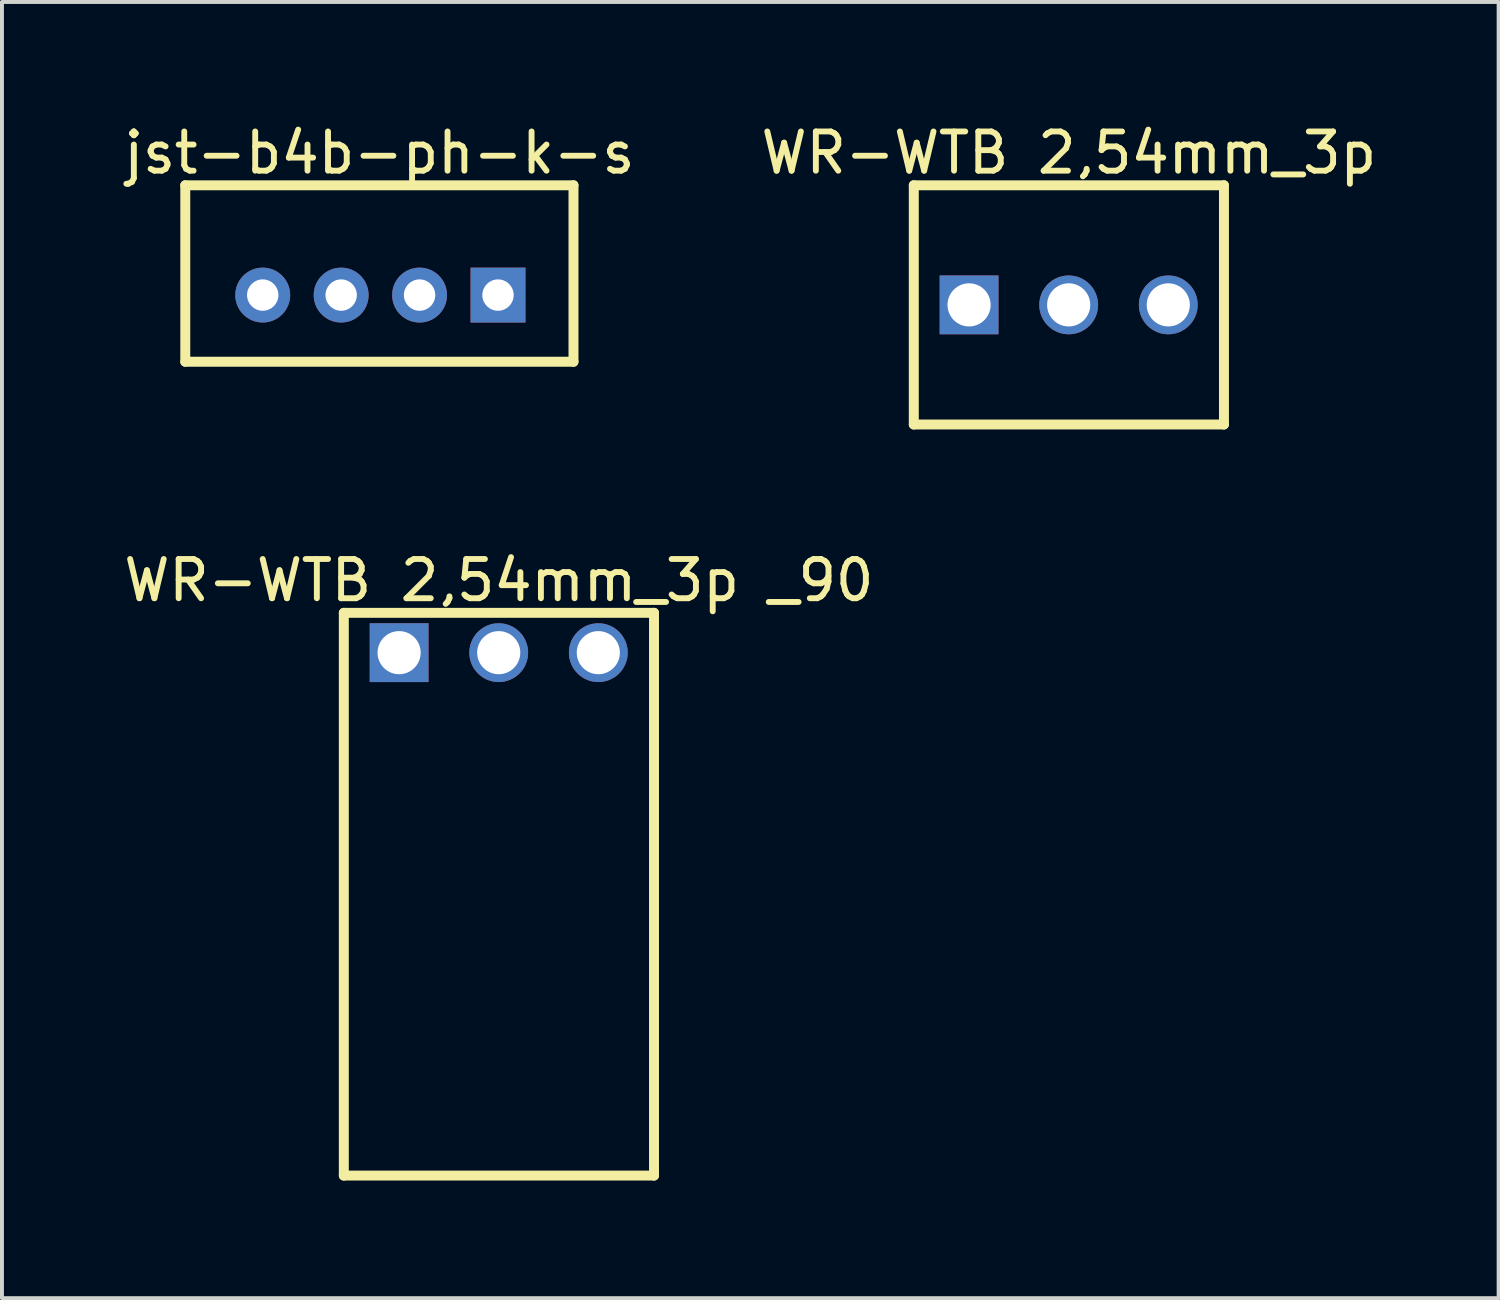
<source format=kicad_pcb>
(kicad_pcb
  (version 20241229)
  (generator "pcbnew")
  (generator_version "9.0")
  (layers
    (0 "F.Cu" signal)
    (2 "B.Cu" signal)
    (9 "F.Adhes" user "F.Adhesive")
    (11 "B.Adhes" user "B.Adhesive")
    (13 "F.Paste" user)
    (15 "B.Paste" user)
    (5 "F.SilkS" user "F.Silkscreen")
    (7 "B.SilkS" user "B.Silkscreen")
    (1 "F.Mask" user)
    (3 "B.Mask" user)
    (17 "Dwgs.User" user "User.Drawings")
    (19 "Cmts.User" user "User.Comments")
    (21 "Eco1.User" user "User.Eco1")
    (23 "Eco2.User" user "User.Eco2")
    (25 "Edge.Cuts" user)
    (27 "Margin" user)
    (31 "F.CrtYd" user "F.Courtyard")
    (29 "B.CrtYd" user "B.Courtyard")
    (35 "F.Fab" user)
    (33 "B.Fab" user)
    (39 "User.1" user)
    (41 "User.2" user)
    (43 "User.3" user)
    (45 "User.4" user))
  (footprint "WR-WTB 2,54mm_3p"
    (layer "F.Cu")
    (at 24.203 4.725)
    (property "Reference" "WR-WTB 2,54mm_3p" (at 0.005 -3.877 0) (layer "F.SilkS") (effects (font (size 1 1) (thickness 0.15))))
    (fp_line (start -3.95 -3.05) (end 3.96 -3.05) (stroke (width 0.254) (type solid)) (layer "F.SilkS"))
    (fp_line (start -3.95 3.05) (end -3.95 -3.05) (stroke (width 0.254) (type solid)) (layer "F.SilkS"))
    (fp_line (start -3.95 3.05) (end 3.96 3.05) (stroke (width 0.254) (type solid)) (layer "F.SilkS"))
    (fp_line (start 3.96 3.05) (end 3.96 -3.05) (stroke (width 0.254) (type solid)) (layer "F.SilkS"))
    (pad "1" thru_hole rect (at -2.54 0 270) (size 1.5 1.5) (drill 1.1) (layers "*.Cu" "*.Mask"))
    (pad "2" thru_hole circle (at 0 0 270) (size 1.5 1.5) (drill 1.1) (layers "*.Cu" "*.Mask"))
    (pad "3" thru_hole circle (at 2.54 0 270) (size 1.5 1.5) (drill 1.1) (layers "*.Cu" "*.Mask")))
  (footprint "WR-WTB 2,54mm_3p _90"
    (layer "F.Cu")
    (at 9.668 13.594)
    (property "Reference" "WR-WTB 2,54mm_3p _90" (at 0.005 -1.843 0) (layer "F.SilkS") (effects (font (size 1 1) (thickness 0.15))))
    (fp_line (start -3.95 -1.016) (end 3.96 -1.016) (stroke (width 0.254) (type solid)) (layer "F.SilkS"))
    (fp_line (start -3.95 13.335) (end -3.95 -1.016) (stroke (width 0.254) (type solid)) (layer "F.SilkS"))
    (fp_line (start -3.95 13.335) (end 3.96 13.335) (stroke (width 0.254) (type solid)) (layer "F.SilkS"))
    (fp_line (start 3.96 13.335) (end 3.96 -1.016) (stroke (width 0.254) (type solid)) (layer "F.SilkS"))
    (pad "1" thru_hole rect (at -2.54 0 270) (size 1.5 1.5) (drill 1.1) (layers "*.Cu" "*.Mask"))
    (pad "2" thru_hole circle (at 0 0 270) (size 1.5 1.5) (drill 1.1) (layers "*.Cu" "*.Mask"))
    (pad "3" thru_hole circle (at 2.54 0 270) (size 1.5 1.5) (drill 1.1) (layers "*.Cu" "*.Mask")))
  (footprint "jst-b4b-ph-k-s"
    (layer "F.Cu")
    (at 6.65 4.475)
    (property "Reference" "jst-b4b-ph-k-s" (at -0.025 -3.627 0) (layer "F.SilkS") (effects (font (size 1 1) (thickness 0.15))))
    (fp_line (start -4.975 -2.8) (end 4.925 -2.8) (stroke (width 0.254) (type solid)) (layer "F.SilkS"))
    (fp_line (start -4.975 1.7) (end -4.975 -2.8) (stroke (width 0.254) (type solid)) (layer "F.SilkS"))
    (fp_line (start -4.975 1.7) (end 4.925 1.7) (stroke (width 0.254) (type solid)) (layer "F.SilkS"))
    (fp_line (start 4.925 1.7) (end 4.925 -2.8) (stroke (width 0.254) (type solid)) (layer "F.SilkS"))
    (pad "1" thru_hole rect (at 3 0) (size 1.4 1.4) (drill 0.8) (layers "*.Cu" "*.Mask"))
    (pad "2" thru_hole circle (at 1 0) (size 1.4 1.4) (drill 0.8) (layers "*.Cu" "*.Mask"))
    (pad "3" thru_hole circle (at -1 0) (size 1.4 1.4) (drill 0.8) (layers "*.Cu" "*.Mask"))
    (pad "4" thru_hole circle (at -3 0) (size 1.4 1.4) (drill 0.8) (layers "*.Cu" "*.Mask")))
  (gr_rect
    (start -3 -3)
    (end 35.167 30.055)
    (stroke (width 0.1) (type default))
    (fill no)
    (layer "Edge.Cuts")))
</source>
